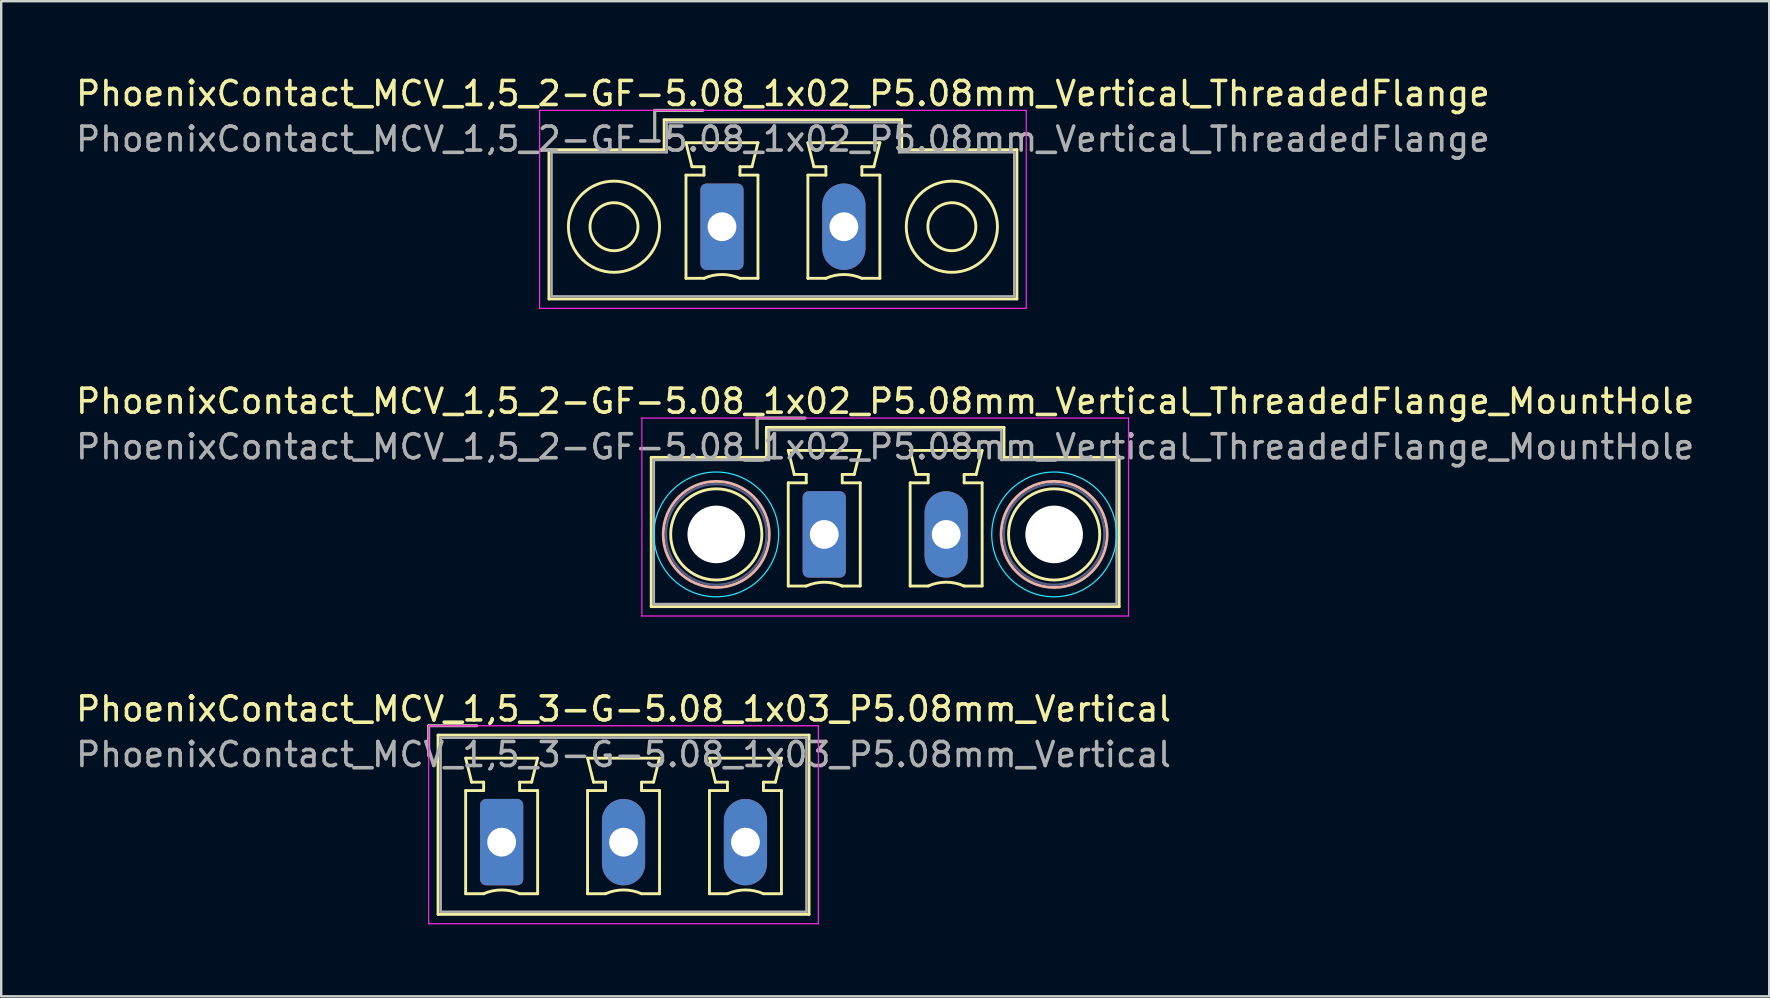
<source format=kicad_pcb>
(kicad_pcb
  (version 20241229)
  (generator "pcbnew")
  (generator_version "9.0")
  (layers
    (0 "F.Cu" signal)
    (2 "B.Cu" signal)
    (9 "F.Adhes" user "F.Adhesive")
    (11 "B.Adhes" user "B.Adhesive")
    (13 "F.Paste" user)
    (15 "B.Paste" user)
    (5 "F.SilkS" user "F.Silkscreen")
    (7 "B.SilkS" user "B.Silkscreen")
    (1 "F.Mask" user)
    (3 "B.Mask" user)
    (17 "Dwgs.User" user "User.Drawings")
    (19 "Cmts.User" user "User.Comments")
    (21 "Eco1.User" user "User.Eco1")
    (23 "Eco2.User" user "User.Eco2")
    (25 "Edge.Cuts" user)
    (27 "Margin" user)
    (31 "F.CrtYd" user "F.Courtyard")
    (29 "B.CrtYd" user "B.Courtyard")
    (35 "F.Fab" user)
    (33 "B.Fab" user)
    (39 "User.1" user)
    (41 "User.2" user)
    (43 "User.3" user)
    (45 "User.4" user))
  (footprint "PhoenixContact_MCV_1,5_2-GF-5.08_1x02_P5.08mm_Vertical_ThreadedFlange_MountHole"
    (layer "F.Cu")
    (at 31.299 19.221)
    (property "Reference" "PhoenixContact_MCV_1,5_2-GF-5.08_1x02_P5.08mm_Vertical_ThreadedFlange_MountHole" (at 2.54 -5.55 0) (layer "F.SilkS") (effects (font (size 1 1) (thickness 0.15))))
    (attr through_hole)
    (fp_line (start -7.21 -3.21) (end -7.21 3.01) (stroke (width 0.12) (type solid)) (layer "F.SilkS"))
    (fp_line (start -7.21 3.01) (end 12.29 3.01) (stroke (width 0.12) (type solid)) (layer "F.SilkS"))
    (fp_line (start -2.8 -4.85) (end -0.8 -4.85) (stroke (width 0.12) (type solid)) (layer "F.SilkS"))
    (fp_line (start -2.8 -3.6) (end -2.8 -4.85) (stroke (width 0.12) (type solid)) (layer "F.SilkS"))
    (fp_line (start -2.41 -4.46) (end -2.41 -3.21) (stroke (width 0.12) (type solid)) (layer "F.SilkS"))
    (fp_line (start -2.41 -3.21) (end -7.21 -3.21) (stroke (width 0.12) (type solid)) (layer "F.SilkS"))
    (fp_line (start -1.5 -3.5) (end 1.5 -3.5) (stroke (width 0.12) (type solid)) (layer "F.SilkS"))
    (fp_line (start -1.5 -2.15) (end -0.75 -2.15) (stroke (width 0.12) (type solid)) (layer "F.SilkS"))
    (fp_line (start -1.5 2.15) (end -1.5 -2.15) (stroke (width 0.12) (type solid)) (layer "F.SilkS"))
    (fp_line (start -1.25 -2.5) (end -1.5 -3.5) (stroke (width 0.12) (type solid)) (layer "F.SilkS"))
    (fp_line (start -0.75 -2.5) (end -1.25 -2.5) (stroke (width 0.12) (type solid)) (layer "F.SilkS"))
    (fp_line (start -0.75 -2.15) (end -0.75 -2.5) (stroke (width 0.12) (type solid)) (layer "F.SilkS"))
    (fp_line (start -0.75 2.15) (end -1.5 2.15) (stroke (width 0.12) (type solid)) (layer "F.SilkS"))
    (fp_line (start 0.75 -2.5) (end 0.75 -2.15) (stroke (width 0.12) (type solid)) (layer "F.SilkS"))
    (fp_line (start 0.75 -2.15) (end 1.5 -2.15) (stroke (width 0.12) (type solid)) (layer "F.SilkS"))
    (fp_line (start 1.25 -2.5) (end 0.75 -2.5) (stroke (width 0.12) (type solid)) (layer "F.SilkS"))
    (fp_line (start 1.5 -3.5) (end 1.25 -2.5) (stroke (width 0.12) (type solid)) (layer "F.SilkS"))
    (fp_line (start 1.5 -2.15) (end 1.5 2.15) (stroke (width 0.12) (type solid)) (layer "F.SilkS"))
    (fp_line (start 1.5 2.15) (end 0.75 2.15) (stroke (width 0.12) (type solid)) (layer "F.SilkS"))
    (fp_line (start 3.58 -3.5) (end 6.58 -3.5) (stroke (width 0.12) (type solid)) (layer "F.SilkS"))
    (fp_line (start 3.58 -2.15) (end 4.33 -2.15) (stroke (width 0.12) (type solid)) (layer "F.SilkS"))
    (fp_line (start 3.58 2.15) (end 3.58 -2.15) (stroke (width 0.12) (type solid)) (layer "F.SilkS"))
    (fp_line (start 3.83 -2.5) (end 3.58 -3.5) (stroke (width 0.12) (type solid)) (layer "F.SilkS"))
    (fp_line (start 4.33 -2.5) (end 3.83 -2.5) (stroke (width 0.12) (type solid)) (layer "F.SilkS"))
    (fp_line (start 4.33 -2.15) (end 4.33 -2.5) (stroke (width 0.12) (type solid)) (layer "F.SilkS"))
    (fp_line (start 4.33 2.15) (end 3.58 2.15) (stroke (width 0.12) (type solid)) (layer "F.SilkS"))
    (fp_line (start 5.83 -2.5) (end 5.83 -2.15) (stroke (width 0.12) (type solid)) (layer "F.SilkS"))
    (fp_line (start 5.83 -2.15) (end 6.58 -2.15) (stroke (width 0.12) (type solid)) (layer "F.SilkS"))
    (fp_line (start 6.33 -2.5) (end 5.83 -2.5) (stroke (width 0.12) (type solid)) (layer "F.SilkS"))
    (fp_line (start 6.58 -3.5) (end 6.33 -2.5) (stroke (width 0.12) (type solid)) (layer "F.SilkS"))
    (fp_line (start 6.58 -2.15) (end 6.58 2.15) (stroke (width 0.12) (type solid)) (layer "F.SilkS"))
    (fp_line (start 6.58 2.15) (end 5.83 2.15) (stroke (width 0.12) (type solid)) (layer "F.SilkS"))
    (fp_line (start 7.49 -4.46) (end -2.41 -4.46) (stroke (width 0.12) (type solid)) (layer "F.SilkS"))
    (fp_line (start 7.49 -3.21) (end 7.49 -4.46) (stroke (width 0.12) (type solid)) (layer "F.SilkS"))
    (fp_line (start 12.29 -3.21) (end 7.49 -3.21) (stroke (width 0.12) (type solid)) (layer "F.SilkS"))
    (fp_line (start 12.29 3.01) (end 12.29 -3.21) (stroke (width 0.12) (type solid)) (layer "F.SilkS"))
    (fp_arc (start -0.75 2.15) (mid -0.000193 1.99191) (end 0.749647 2.149844) (stroke (width 0.12) (type solid)) (layer "F.SilkS"))
    (fp_arc (start 4.33 2.15) (mid 5.079807 1.99191) (end 5.829647 2.149844) (stroke (width 0.12) (type solid)) (layer "F.SilkS"))
    (fp_circle (center -4.5 0) (end -2.6 0) (stroke (width 0.12) (type solid)) (fill no) (layer "F.SilkS"))
    (fp_circle (center 9.58 0) (end 11.48 0) (stroke (width 0.12) (type solid)) (fill no) (layer "F.SilkS"))
    (fp_circle (center -4.5 0) (end -2.29 0) (stroke (width 0.12) (type solid)) (fill no) (layer "B.SilkS"))
    (fp_circle (center 9.58 0) (end 11.79 0) (stroke (width 0.12) (type solid)) (fill no) (layer "B.SilkS"))
    (fp_circle (center -4.5 0) (end -1.9 0) (stroke (width 0.05) (type solid)) (fill no) (layer "B.CrtYd"))
    (fp_circle (center 9.58 0) (end 12.18 0) (stroke (width 0.05) (type solid)) (fill no) (layer "B.CrtYd"))
    (fp_line (start -7.6 -4.85) (end -7.6 3.4) (stroke (width 0.05) (type solid)) (layer "F.CrtYd"))
    (fp_line (start -7.6 3.4) (end 12.68 3.4) (stroke (width 0.05) (type solid)) (layer "F.CrtYd"))
    (fp_line (start 12.68 -4.85) (end -7.6 -4.85) (stroke (width 0.05) (type solid)) (layer "F.CrtYd"))
    (fp_line (start 12.68 3.4) (end 12.68 -4.85) (stroke (width 0.05) (type solid)) (layer "F.CrtYd"))
    (fp_circle (center -4.5 0) (end -2.4 0) (stroke (width 0.1) (type solid)) (fill no) (layer "B.Fab"))
    (fp_circle (center 9.58 0) (end 11.68 0) (stroke (width 0.1) (type solid)) (fill no) (layer "B.Fab"))
    (fp_line (start -7.1 -3.1) (end -7.1 2.9) (stroke (width 0.1) (type solid)) (layer "F.Fab"))
    (fp_line (start -7.1 2.9) (end 12.18 2.9) (stroke (width 0.1) (type solid)) (layer "F.Fab"))
    (fp_line (start -2.8 -4.85) (end -0.8 -4.85) (stroke (width 0.1) (type solid)) (layer "F.Fab"))
    (fp_line (start -2.8 -3.6) (end -2.8 -4.85) (stroke (width 0.1) (type solid)) (layer "F.Fab"))
    (fp_line (start -2.3 -4.35) (end -2.3 -3.1) (stroke (width 0.1) (type solid)) (layer "F.Fab"))
    (fp_line (start -2.3 -3.1) (end -7.1 -3.1) (stroke (width 0.1) (type solid)) (layer "F.Fab"))
    (fp_line (start 7.38 -4.35) (end -2.3 -4.35) (stroke (width 0.1) (type solid)) (layer "F.Fab"))
    (fp_line (start 7.38 -3.1) (end 7.38 -4.35) (stroke (width 0.1) (type solid)) (layer "F.Fab"))
    (fp_line (start 12.18 -3.1) (end 7.38 -3.1) (stroke (width 0.1) (type solid)) (layer "F.Fab"))
    (fp_line (start 12.18 2.9) (end 12.18 -3.1) (stroke (width 0.1) (type solid)) (layer "F.Fab"))
    (fp_text user "${REFERENCE}" (at 2.54 -3.65 0) (layer "F.Fab") (effects (font (size 1 1) (thickness 0.15))))
    (pad "" np_thru_hole circle (at -4.5 0) (size 2.4 2.4) (drill 2.4) (layers "*.Cu" "*.Mask"))
    (pad "" np_thru_hole circle (at 9.58 0) (size 2.4 2.4) (drill 2.4) (layers "*.Cu" "*.Mask"))
    (pad "1" thru_hole roundrect (at 0 0) (size 1.8 3.6) (drill 1.2) (layers "*.Cu" "*.Mask") (roundrect_rratio 0.139))
    (pad "2" thru_hole oval (at 5.08 0) (size 1.8 3.6) (drill 1.2) (layers "*.Cu" "*.Mask")))
  (footprint "PhoenixContact_MCV_1,5_2-GF-5.08_1x02_P5.08mm_Vertical_ThreadedFlange"
    (layer "F.Cu")
    (at 27.037 6.398)
    (property "Reference" "PhoenixContact_MCV_1,5_2-GF-5.08_1x02_P5.08mm_Vertical_ThreadedFlange" (at 2.54 -5.55 0) (layer "F.SilkS") (effects (font (size 1 1) (thickness 0.15))))
    (attr through_hole)
    (fp_line (start -7.21 -3.21) (end -7.21 3.01) (stroke (width 0.12) (type solid)) (layer "F.SilkS"))
    (fp_line (start -7.21 3.01) (end 12.29 3.01) (stroke (width 0.12) (type solid)) (layer "F.SilkS"))
    (fp_line (start -2.8 -4.85) (end -0.8 -4.85) (stroke (width 0.12) (type solid)) (layer "F.SilkS"))
    (fp_line (start -2.8 -3.6) (end -2.8 -4.85) (stroke (width 0.12) (type solid)) (layer "F.SilkS"))
    (fp_line (start -2.41 -4.46) (end -2.41 -3.21) (stroke (width 0.12) (type solid)) (layer "F.SilkS"))
    (fp_line (start -2.41 -3.21) (end -7.21 -3.21) (stroke (width 0.12) (type solid)) (layer "F.SilkS"))
    (fp_line (start -1.5 -3.5) (end 1.5 -3.5) (stroke (width 0.12) (type solid)) (layer "F.SilkS"))
    (fp_line (start -1.5 -2.15) (end -0.75 -2.15) (stroke (width 0.12) (type solid)) (layer "F.SilkS"))
    (fp_line (start -1.5 2.15) (end -1.5 -2.15) (stroke (width 0.12) (type solid)) (layer "F.SilkS"))
    (fp_line (start -1.25 -2.5) (end -1.5 -3.5) (stroke (width 0.12) (type solid)) (layer "F.SilkS"))
    (fp_line (start -0.75 -2.5) (end -1.25 -2.5) (stroke (width 0.12) (type solid)) (layer "F.SilkS"))
    (fp_line (start -0.75 -2.15) (end -0.75 -2.5) (stroke (width 0.12) (type solid)) (layer "F.SilkS"))
    (fp_line (start -0.75 2.15) (end -1.5 2.15) (stroke (width 0.12) (type solid)) (layer "F.SilkS"))
    (fp_line (start 0.75 -2.5) (end 0.75 -2.15) (stroke (width 0.12) (type solid)) (layer "F.SilkS"))
    (fp_line (start 0.75 -2.15) (end 1.5 -2.15) (stroke (width 0.12) (type solid)) (layer "F.SilkS"))
    (fp_line (start 1.25 -2.5) (end 0.75 -2.5) (stroke (width 0.12) (type solid)) (layer "F.SilkS"))
    (fp_line (start 1.5 -3.5) (end 1.25 -2.5) (stroke (width 0.12) (type solid)) (layer "F.SilkS"))
    (fp_line (start 1.5 -2.15) (end 1.5 2.15) (stroke (width 0.12) (type solid)) (layer "F.SilkS"))
    (fp_line (start 1.5 2.15) (end 0.75 2.15) (stroke (width 0.12) (type solid)) (layer "F.SilkS"))
    (fp_line (start 3.58 -3.5) (end 6.58 -3.5) (stroke (width 0.12) (type solid)) (layer "F.SilkS"))
    (fp_line (start 3.58 -2.15) (end 4.33 -2.15) (stroke (width 0.12) (type solid)) (layer "F.SilkS"))
    (fp_line (start 3.58 2.15) (end 3.58 -2.15) (stroke (width 0.12) (type solid)) (layer "F.SilkS"))
    (fp_line (start 3.83 -2.5) (end 3.58 -3.5) (stroke (width 0.12) (type solid)) (layer "F.SilkS"))
    (fp_line (start 4.33 -2.5) (end 3.83 -2.5) (stroke (width 0.12) (type solid)) (layer "F.SilkS"))
    (fp_line (start 4.33 -2.15) (end 4.33 -2.5) (stroke (width 0.12) (type solid)) (layer "F.SilkS"))
    (fp_line (start 4.33 2.15) (end 3.58 2.15) (stroke (width 0.12) (type solid)) (layer "F.SilkS"))
    (fp_line (start 5.83 -2.5) (end 5.83 -2.15) (stroke (width 0.12) (type solid)) (layer "F.SilkS"))
    (fp_line (start 5.83 -2.15) (end 6.58 -2.15) (stroke (width 0.12) (type solid)) (layer "F.SilkS"))
    (fp_line (start 6.33 -2.5) (end 5.83 -2.5) (stroke (width 0.12) (type solid)) (layer "F.SilkS"))
    (fp_line (start 6.58 -3.5) (end 6.33 -2.5) (stroke (width 0.12) (type solid)) (layer "F.SilkS"))
    (fp_line (start 6.58 -2.15) (end 6.58 2.15) (stroke (width 0.12) (type solid)) (layer "F.SilkS"))
    (fp_line (start 6.58 2.15) (end 5.83 2.15) (stroke (width 0.12) (type solid)) (layer "F.SilkS"))
    (fp_line (start 7.49 -4.46) (end -2.41 -4.46) (stroke (width 0.12) (type solid)) (layer "F.SilkS"))
    (fp_line (start 7.49 -3.21) (end 7.49 -4.46) (stroke (width 0.12) (type solid)) (layer "F.SilkS"))
    (fp_line (start 12.29 -3.21) (end 7.49 -3.21) (stroke (width 0.12) (type solid)) (layer "F.SilkS"))
    (fp_line (start 12.29 3.01) (end 12.29 -3.21) (stroke (width 0.12) (type solid)) (layer "F.SilkS"))
    (fp_arc (start -0.75 2.15) (mid -0.000193 1.99191) (end 0.749647 2.149844) (stroke (width 0.12) (type solid)) (layer "F.SilkS"))
    (fp_arc (start 4.33 2.15) (mid 5.079807 1.99191) (end 5.829647 2.149844) (stroke (width 0.12) (type solid)) (layer "F.SilkS"))
    (fp_circle (center -4.5 0) (end -3.5 0) (stroke (width 0.12) (type solid)) (fill no) (layer "F.SilkS"))
    (fp_circle (center -4.5 0) (end -2.6 0) (stroke (width 0.12) (type solid)) (fill no) (layer "F.SilkS"))
    (fp_circle (center 9.58 0) (end 10.58 0) (stroke (width 0.12) (type solid)) (fill no) (layer "F.SilkS"))
    (fp_circle (center 9.58 0) (end 11.48 0) (stroke (width 0.12) (type solid)) (fill no) (layer "F.SilkS"))
    (fp_line (start -7.6 -4.85) (end -7.6 3.4) (stroke (width 0.05) (type solid)) (layer "F.CrtYd"))
    (fp_line (start -7.6 3.4) (end 12.68 3.4) (stroke (width 0.05) (type solid)) (layer "F.CrtYd"))
    (fp_line (start 12.68 -4.85) (end -7.6 -4.85) (stroke (width 0.05) (type solid)) (layer "F.CrtYd"))
    (fp_line (start 12.68 3.4) (end 12.68 -4.85) (stroke (width 0.05) (type solid)) (layer "F.CrtYd"))
    (fp_line (start -7.1 -3.1) (end -7.1 2.9) (stroke (width 0.1) (type solid)) (layer "F.Fab"))
    (fp_line (start -7.1 2.9) (end 12.18 2.9) (stroke (width 0.1) (type solid)) (layer "F.Fab"))
    (fp_line (start -2.8 -4.85) (end -0.8 -4.85) (stroke (width 0.1) (type solid)) (layer "F.Fab"))
    (fp_line (start -2.8 -3.6) (end -2.8 -4.85) (stroke (width 0.1) (type solid)) (layer "F.Fab"))
    (fp_line (start -2.3 -4.35) (end -2.3 -3.1) (stroke (width 0.1) (type solid)) (layer "F.Fab"))
    (fp_line (start -2.3 -3.1) (end -7.1 -3.1) (stroke (width 0.1) (type solid)) (layer "F.Fab"))
    (fp_line (start 7.38 -4.35) (end -2.3 -4.35) (stroke (width 0.1) (type solid)) (layer "F.Fab"))
    (fp_line (start 7.38 -3.1) (end 7.38 -4.35) (stroke (width 0.1) (type solid)) (layer "F.Fab"))
    (fp_line (start 12.18 -3.1) (end 7.38 -3.1) (stroke (width 0.1) (type solid)) (layer "F.Fab"))
    (fp_line (start 12.18 2.9) (end 12.18 -3.1) (stroke (width 0.1) (type solid)) (layer "F.Fab"))
    (fp_text user "${REFERENCE}" (at 2.54 -3.65 0) (layer "F.Fab") (effects (font (size 1 1) (thickness 0.15))))
    (pad "1" thru_hole roundrect (at 0 0) (size 1.8 3.6) (drill 1.2) (layers "*.Cu" "*.Mask") (roundrect_rratio 0.139))
    (pad "2" thru_hole oval (at 5.08 0) (size 1.8 3.6) (drill 1.2) (layers "*.Cu" "*.Mask")))
  (footprint "PhoenixContact_MCV_1,5_3-G-5.08_1x03_P5.08mm_Vertical"
    (layer "F.Cu")
    (at 17.855 32.045)
    (property "Reference" "PhoenixContact_MCV_1,5_3-G-5.08_1x03_P5.08mm_Vertical" (at 5.08 -5.55 0) (layer "F.SilkS") (effects (font (size 1 1) (thickness 0.15))))
    (attr through_hole)
    (fp_line (start -3.04 -4.85) (end -1.04 -4.85) (stroke (width 0.12) (type solid)) (layer "F.SilkS"))
    (fp_line (start -3.04 -3.6) (end -3.04 -4.85) (stroke (width 0.12) (type solid)) (layer "F.SilkS"))
    (fp_line (start -2.65 -4.46) (end -2.65 3.01) (stroke (width 0.12) (type solid)) (layer "F.SilkS"))
    (fp_line (start -2.65 3.01) (end 12.81 3.01) (stroke (width 0.12) (type solid)) (layer "F.SilkS"))
    (fp_line (start -1.5 -3.5) (end 1.5 -3.5) (stroke (width 0.12) (type solid)) (layer "F.SilkS"))
    (fp_line (start -1.5 -2.15) (end -0.75 -2.15) (stroke (width 0.12) (type solid)) (layer "F.SilkS"))
    (fp_line (start -1.5 2.15) (end -1.5 -2.15) (stroke (width 0.12) (type solid)) (layer "F.SilkS"))
    (fp_line (start -1.25 -2.5) (end -1.5 -3.5) (stroke (width 0.12) (type solid)) (layer "F.SilkS"))
    (fp_line (start -0.75 -2.5) (end -1.25 -2.5) (stroke (width 0.12) (type solid)) (layer "F.SilkS"))
    (fp_line (start -0.75 -2.15) (end -0.75 -2.5) (stroke (width 0.12) (type solid)) (layer "F.SilkS"))
    (fp_line (start -0.75 2.15) (end -1.5 2.15) (stroke (width 0.12) (type solid)) (layer "F.SilkS"))
    (fp_line (start 0.75 -2.5) (end 0.75 -2.15) (stroke (width 0.12) (type solid)) (layer "F.SilkS"))
    (fp_line (start 0.75 -2.15) (end 1.5 -2.15) (stroke (width 0.12) (type solid)) (layer "F.SilkS"))
    (fp_line (start 1.25 -2.5) (end 0.75 -2.5) (stroke (width 0.12) (type solid)) (layer "F.SilkS"))
    (fp_line (start 1.5 -3.5) (end 1.25 -2.5) (stroke (width 0.12) (type solid)) (layer "F.SilkS"))
    (fp_line (start 1.5 -2.15) (end 1.5 2.15) (stroke (width 0.12) (type solid)) (layer "F.SilkS"))
    (fp_line (start 1.5 2.15) (end 0.75 2.15) (stroke (width 0.12) (type solid)) (layer "F.SilkS"))
    (fp_line (start 3.58 -3.5) (end 6.58 -3.5) (stroke (width 0.12) (type solid)) (layer "F.SilkS"))
    (fp_line (start 3.58 -2.15) (end 4.33 -2.15) (stroke (width 0.12) (type solid)) (layer "F.SilkS"))
    (fp_line (start 3.58 2.15) (end 3.58 -2.15) (stroke (width 0.12) (type solid)) (layer "F.SilkS"))
    (fp_line (start 3.83 -2.5) (end 3.58 -3.5) (stroke (width 0.12) (type solid)) (layer "F.SilkS"))
    (fp_line (start 4.33 -2.5) (end 3.83 -2.5) (stroke (width 0.12) (type solid)) (layer "F.SilkS"))
    (fp_line (start 4.33 -2.15) (end 4.33 -2.5) (stroke (width 0.12) (type solid)) (layer "F.SilkS"))
    (fp_line (start 4.33 2.15) (end 3.58 2.15) (stroke (width 0.12) (type solid)) (layer "F.SilkS"))
    (fp_line (start 5.83 -2.5) (end 5.83 -2.15) (stroke (width 0.12) (type solid)) (layer "F.SilkS"))
    (fp_line (start 5.83 -2.15) (end 6.58 -2.15) (stroke (width 0.12) (type solid)) (layer "F.SilkS"))
    (fp_line (start 6.33 -2.5) (end 5.83 -2.5) (stroke (width 0.12) (type solid)) (layer "F.SilkS"))
    (fp_line (start 6.58 -3.5) (end 6.33 -2.5) (stroke (width 0.12) (type solid)) (layer "F.SilkS"))
    (fp_line (start 6.58 -2.15) (end 6.58 2.15) (stroke (width 0.12) (type solid)) (layer "F.SilkS"))
    (fp_line (start 6.58 2.15) (end 5.83 2.15) (stroke (width 0.12) (type solid)) (layer "F.SilkS"))
    (fp_line (start 8.66 -3.5) (end 11.66 -3.5) (stroke (width 0.12) (type solid)) (layer "F.SilkS"))
    (fp_line (start 8.66 -2.15) (end 9.41 -2.15) (stroke (width 0.12) (type solid)) (layer "F.SilkS"))
    (fp_line (start 8.66 2.15) (end 8.66 -2.15) (stroke (width 0.12) (type solid)) (layer "F.SilkS"))
    (fp_line (start 8.91 -2.5) (end 8.66 -3.5) (stroke (width 0.12) (type solid)) (layer "F.SilkS"))
    (fp_line (start 9.41 -2.5) (end 8.91 -2.5) (stroke (width 0.12) (type solid)) (layer "F.SilkS"))
    (fp_line (start 9.41 -2.15) (end 9.41 -2.5) (stroke (width 0.12) (type solid)) (layer "F.SilkS"))
    (fp_line (start 9.41 2.15) (end 8.66 2.15) (stroke (width 0.12) (type solid)) (layer "F.SilkS"))
    (fp_line (start 10.91 -2.5) (end 10.91 -2.15) (stroke (width 0.12) (type solid)) (layer "F.SilkS"))
    (fp_line (start 10.91 -2.15) (end 11.66 -2.15) (stroke (width 0.12) (type solid)) (layer "F.SilkS"))
    (fp_line (start 11.41 -2.5) (end 10.91 -2.5) (stroke (width 0.12) (type solid)) (layer "F.SilkS"))
    (fp_line (start 11.66 -3.5) (end 11.41 -2.5) (stroke (width 0.12) (type solid)) (layer "F.SilkS"))
    (fp_line (start 11.66 -2.15) (end 11.66 2.15) (stroke (width 0.12) (type solid)) (layer "F.SilkS"))
    (fp_line (start 11.66 2.15) (end 10.91 2.15) (stroke (width 0.12) (type solid)) (layer "F.SilkS"))
    (fp_line (start 12.81 -4.46) (end -2.65 -4.46) (stroke (width 0.12) (type solid)) (layer "F.SilkS"))
    (fp_line (start 12.81 3.01) (end 12.81 -4.46) (stroke (width 0.12) (type solid)) (layer "F.SilkS"))
    (fp_arc (start -0.75 2.15) (mid -0.000193 1.99191) (end 0.749647 2.149844) (stroke (width 0.12) (type solid)) (layer "F.SilkS"))
    (fp_arc (start 4.33 2.15) (mid 5.079807 1.99191) (end 5.829647 2.149844) (stroke (width 0.12) (type solid)) (layer "F.SilkS"))
    (fp_arc (start 9.41 2.15) (mid 10.159807 1.99191) (end 10.909647 2.149844) (stroke (width 0.12) (type solid)) (layer "F.SilkS"))
    (fp_line (start -3.04 -4.85) (end -3.04 3.4) (stroke (width 0.05) (type solid)) (layer "F.CrtYd"))
    (fp_line (start -3.04 3.4) (end 13.2 3.4) (stroke (width 0.05) (type solid)) (layer "F.CrtYd"))
    (fp_line (start 13.2 -4.85) (end -3.04 -4.85) (stroke (width 0.05) (type solid)) (layer "F.CrtYd"))
    (fp_line (start 13.2 3.4) (end 13.2 -4.85) (stroke (width 0.05) (type solid)) (layer "F.CrtYd"))
    (fp_line (start -3.04 -4.85) (end -1.04 -4.85) (stroke (width 0.1) (type solid)) (layer "F.Fab"))
    (fp_line (start -3.04 -3.6) (end -3.04 -4.85) (stroke (width 0.1) (type solid)) (layer "F.Fab"))
    (fp_line (start -2.54 -4.35) (end -2.54 2.9) (stroke (width 0.1) (type solid)) (layer "F.Fab"))
    (fp_line (start -2.54 2.9) (end 12.7 2.9) (stroke (width 0.1) (type solid)) (layer "F.Fab"))
    (fp_line (start 12.7 -4.35) (end -2.54 -4.35) (stroke (width 0.1) (type solid)) (layer "F.Fab"))
    (fp_line (start 12.7 2.9) (end 12.7 -4.35) (stroke (width 0.1) (type solid)) (layer "F.Fab"))
    (fp_text user "${REFERENCE}" (at 5.08 -3.65 0) (layer "F.Fab") (effects (font (size 1 1) (thickness 0.15))))
    (pad "1" thru_hole roundrect (at 0 0) (size 1.8 3.6) (drill 1.2) (layers "*.Cu" "*.Mask") (roundrect_rratio 0.139))
    (pad "2" thru_hole oval (at 5.08 0) (size 1.8 3.6) (drill 1.2) (layers "*.Cu" "*.Mask"))
    (pad "3" thru_hole oval (at 10.16 0) (size 1.8 3.6) (drill 1.2) (layers "*.Cu" "*.Mask")))
  (gr_rect
    (start -3 -3)
    (end 70.679 38.47)
    (stroke (width 0.1) (type default))
    (fill no)
    (layer "Edge.Cuts")))
</source>
